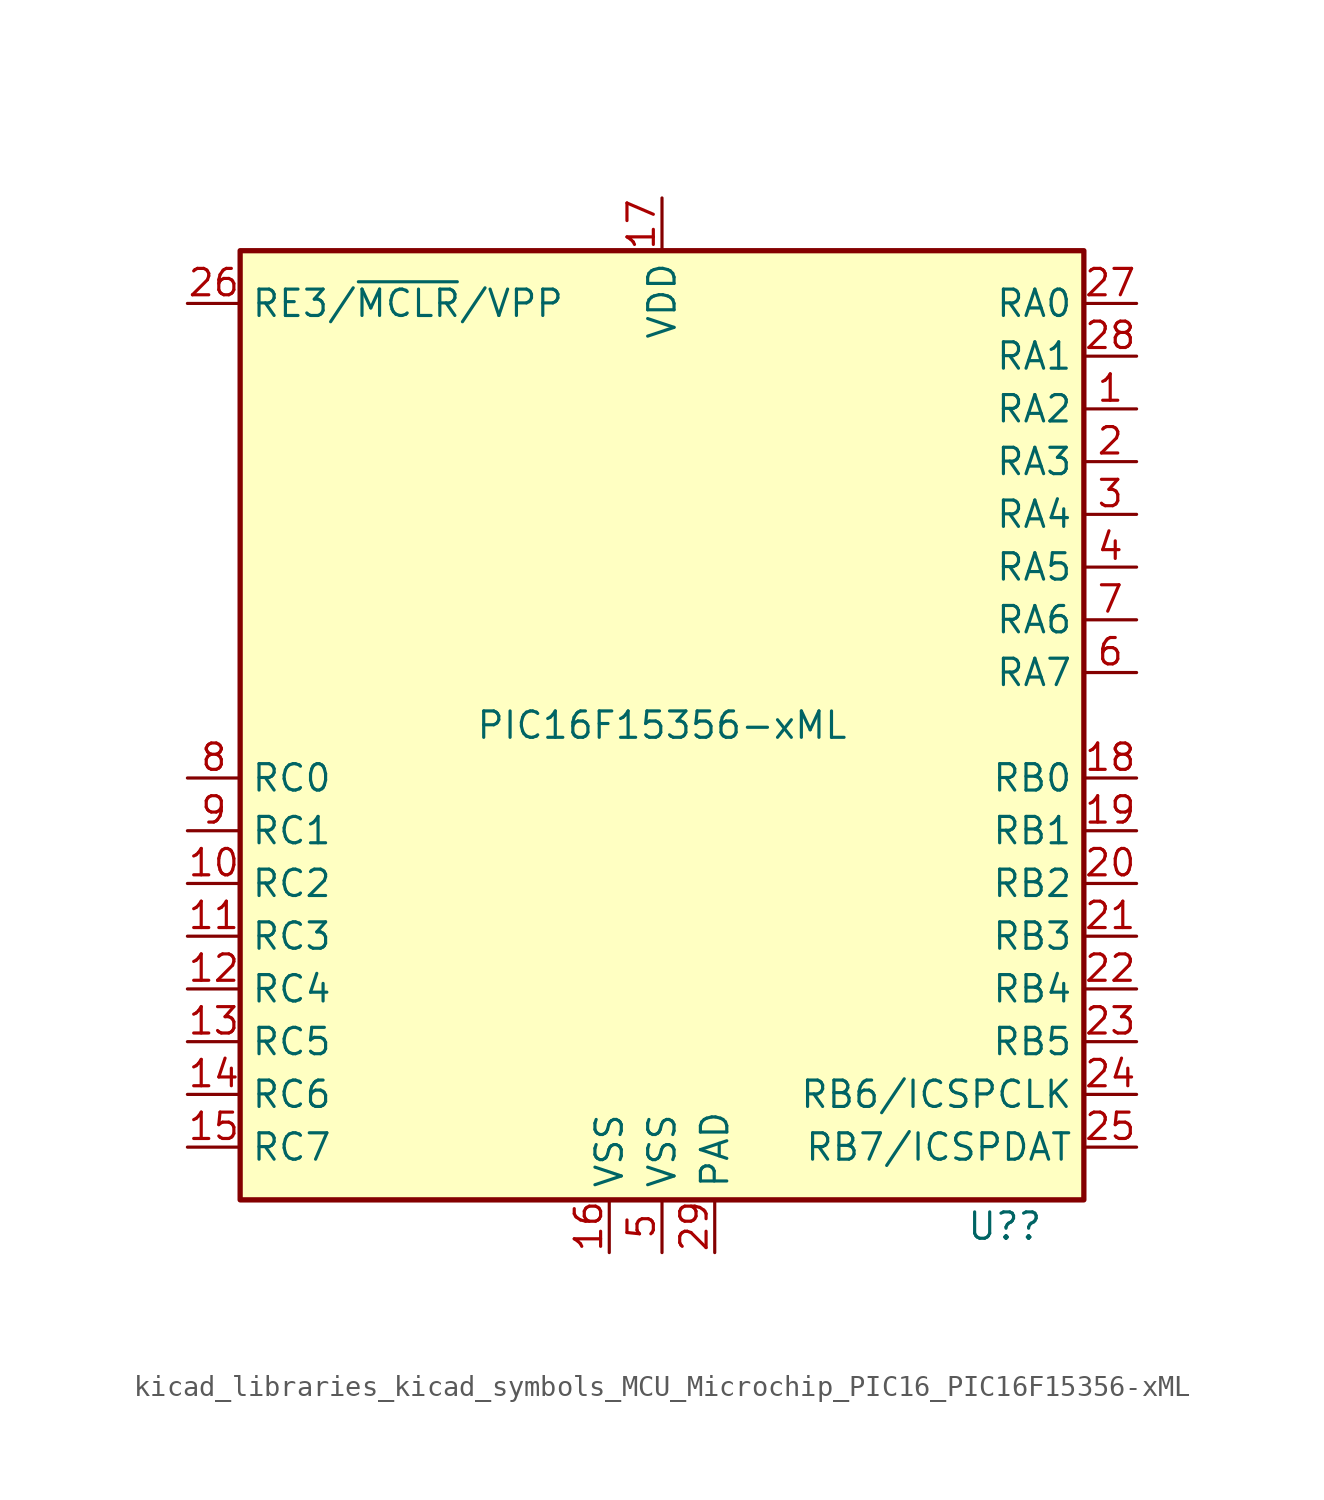
<source format=kicad_sym>
(kicad_symbol_lib
  (version 20220914)
  (generator kicad_symbol_editor)
  (symbol "kicad_libraries_kicad_symbols_MCU_Microchip_PIC16_PIC16F15356-xML"
    (property "Reference" "U?"
      (at 16.51 -24.13 0)
      (effects (font (size 1.27 1.27))))
    (property "Value" "PIC16F15356-xML"
      (at 0 0 0)
      (effects (font (size 1.27 1.27))))
    (symbol "kicad_libraries_kicad_symbols_MCU_Microchip_PIC16_PIC16F15356-xML_0_0"
      (pin power_in line (at 2.54 -25.4 90) (length 2.54) (name "PAD" (effects (font (size 1.27 1.27)))) (number "29" (effects (font (size 1.27 1.27))))))
    (symbol "kicad_libraries_kicad_symbols_MCU_Microchip_PIC16_PIC16F15356-xML_0_1"
      (rectangle (start -20.32 -22.86) (end 20.32 22.86) (stroke (width 0.254) (type default)) (fill (type background))))
    (symbol "kicad_libraries_kicad_symbols_MCU_Microchip_PIC16_PIC16F15356-xML_1_1"
      (pin bidirectional line (at 22.86 15.24 180) (length 2.54) (name "RA2" (effects (font (size 1.27 1.27)))) (number "1" (effects (font (size 1.27 1.27)))))
      (pin bidirectional line (at -22.86 -7.62 0) (length 2.54) (name "RC2" (effects (font (size 1.27 1.27)))) (number "10" (effects (font (size 1.27 1.27)))))
      (pin bidirectional line (at -22.86 -10.16 0) (length 2.54) (name "RC3" (effects (font (size 1.27 1.27)))) (number "11" (effects (font (size 1.27 1.27)))))
      (pin bidirectional line (at -22.86 -12.7 0) (length 2.54) (name "RC4" (effects (font (size 1.27 1.27)))) (number "12" (effects (font (size 1.27 1.27)))))
      (pin bidirectional line (at -22.86 -15.24 0) (length 2.54) (name "RC5" (effects (font (size 1.27 1.27)))) (number "13" (effects (font (size 1.27 1.27)))))
      (pin bidirectional line (at -22.86 -17.78 0) (length 2.54) (name "RC6" (effects (font (size 1.27 1.27)))) (number "14" (effects (font (size 1.27 1.27)))))
      (pin bidirectional line (at -22.86 -20.32 0) (length 2.54) (name "RC7" (effects (font (size 1.27 1.27)))) (number "15" (effects (font (size 1.27 1.27)))))
      (pin power_in line (at -2.54 -25.4 90) (length 2.54) (name "VSS" (effects (font (size 1.27 1.27)))) (number "16" (effects (font (size 1.27 1.27)))))
      (pin power_in line (at 0 25.4 270) (length 2.54) (name "VDD" (effects (font (size 1.27 1.27)))) (number "17" (effects (font (size 1.27 1.27)))))
      (pin bidirectional line (at 22.86 -2.54 180) (length 2.54) (name "RB0" (effects (font (size 1.27 1.27)))) (number "18" (effects (font (size 1.27 1.27)))))
      (pin bidirectional line (at 22.86 -5.08 180) (length 2.54) (name "RB1" (effects (font (size 1.27 1.27)))) (number "19" (effects (font (size 1.27 1.27)))))
      (pin bidirectional line (at 22.86 12.7 180) (length 2.54) (name "RA3" (effects (font (size 1.27 1.27)))) (number "2" (effects (font (size 1.27 1.27)))))
      (pin bidirectional line (at 22.86 -7.62 180) (length 2.54) (name "RB2" (effects (font (size 1.27 1.27)))) (number "20" (effects (font (size 1.27 1.27)))))
      (pin bidirectional line (at 22.86 -10.16 180) (length 2.54) (name "RB3" (effects (font (size 1.27 1.27)))) (number "21" (effects (font (size 1.27 1.27)))))
      (pin bidirectional line (at 22.86 -12.7 180) (length 2.54) (name "RB4" (effects (font (size 1.27 1.27)))) (number "22" (effects (font (size 1.27 1.27)))))
      (pin bidirectional line (at 22.86 -15.24 180) (length 2.54) (name "RB5" (effects (font (size 1.27 1.27)))) (number "23" (effects (font (size 1.27 1.27)))))
      (pin bidirectional line (at 22.86 -17.78 180) (length 2.54) (name "RB6/ICSPCLK" (effects (font (size 1.27 1.27)))) (number "24" (effects (font (size 1.27 1.27)))))
      (pin bidirectional line (at 22.86 -20.32 180) (length 2.54) (name "RB7/ICSPDAT" (effects (font (size 1.27 1.27)))) (number "25" (effects (font (size 1.27 1.27)))))
      (pin bidirectional line (at -22.86 20.32 0) (length 2.54) (name "RE3/~{MCLR}/VPP" (effects (font (size 1.27 1.27)))) (number "26" (effects (font (size 1.27 1.27)))))
      (pin bidirectional line (at 22.86 20.32 180) (length 2.54) (name "RA0" (effects (font (size 1.27 1.27)))) (number "27" (effects (font (size 1.27 1.27)))))
      (pin bidirectional line (at 22.86 17.78 180) (length 2.54) (name "RA1" (effects (font (size 1.27 1.27)))) (number "28" (effects (font (size 1.27 1.27)))))
      (pin bidirectional line (at 22.86 10.16 180) (length 2.54) (name "RA4" (effects (font (size 1.27 1.27)))) (number "3" (effects (font (size 1.27 1.27)))))
      (pin bidirectional line (at 22.86 7.62 180) (length 2.54) (name "RA5" (effects (font (size 1.27 1.27)))) (number "4" (effects (font (size 1.27 1.27)))))
      (pin power_in line (at 0 -25.4 90) (length 2.54) (name "VSS" (effects (font (size 1.27 1.27)))) (number "5" (effects (font (size 1.27 1.27)))))
      (pin bidirectional line (at 22.86 2.54 180) (length 2.54) (name "RA7" (effects (font (size 1.27 1.27)))) (number "6" (effects (font (size 1.27 1.27)))))
      (pin bidirectional line (at 22.86 5.08 180) (length 2.54) (name "RA6" (effects (font (size 1.27 1.27)))) (number "7" (effects (font (size 1.27 1.27)))))
      (pin bidirectional line (at -22.86 -2.54 0) (length 2.54) (name "RC0" (effects (font (size 1.27 1.27)))) (number "8" (effects (font (size 1.27 1.27)))))
      (pin bidirectional line (at -22.86 -5.08 0) (length 2.54) (name "RC1" (effects (font (size 1.27 1.27)))) (number "9" (effects (font (size 1.27 1.27))))))))
</source>
